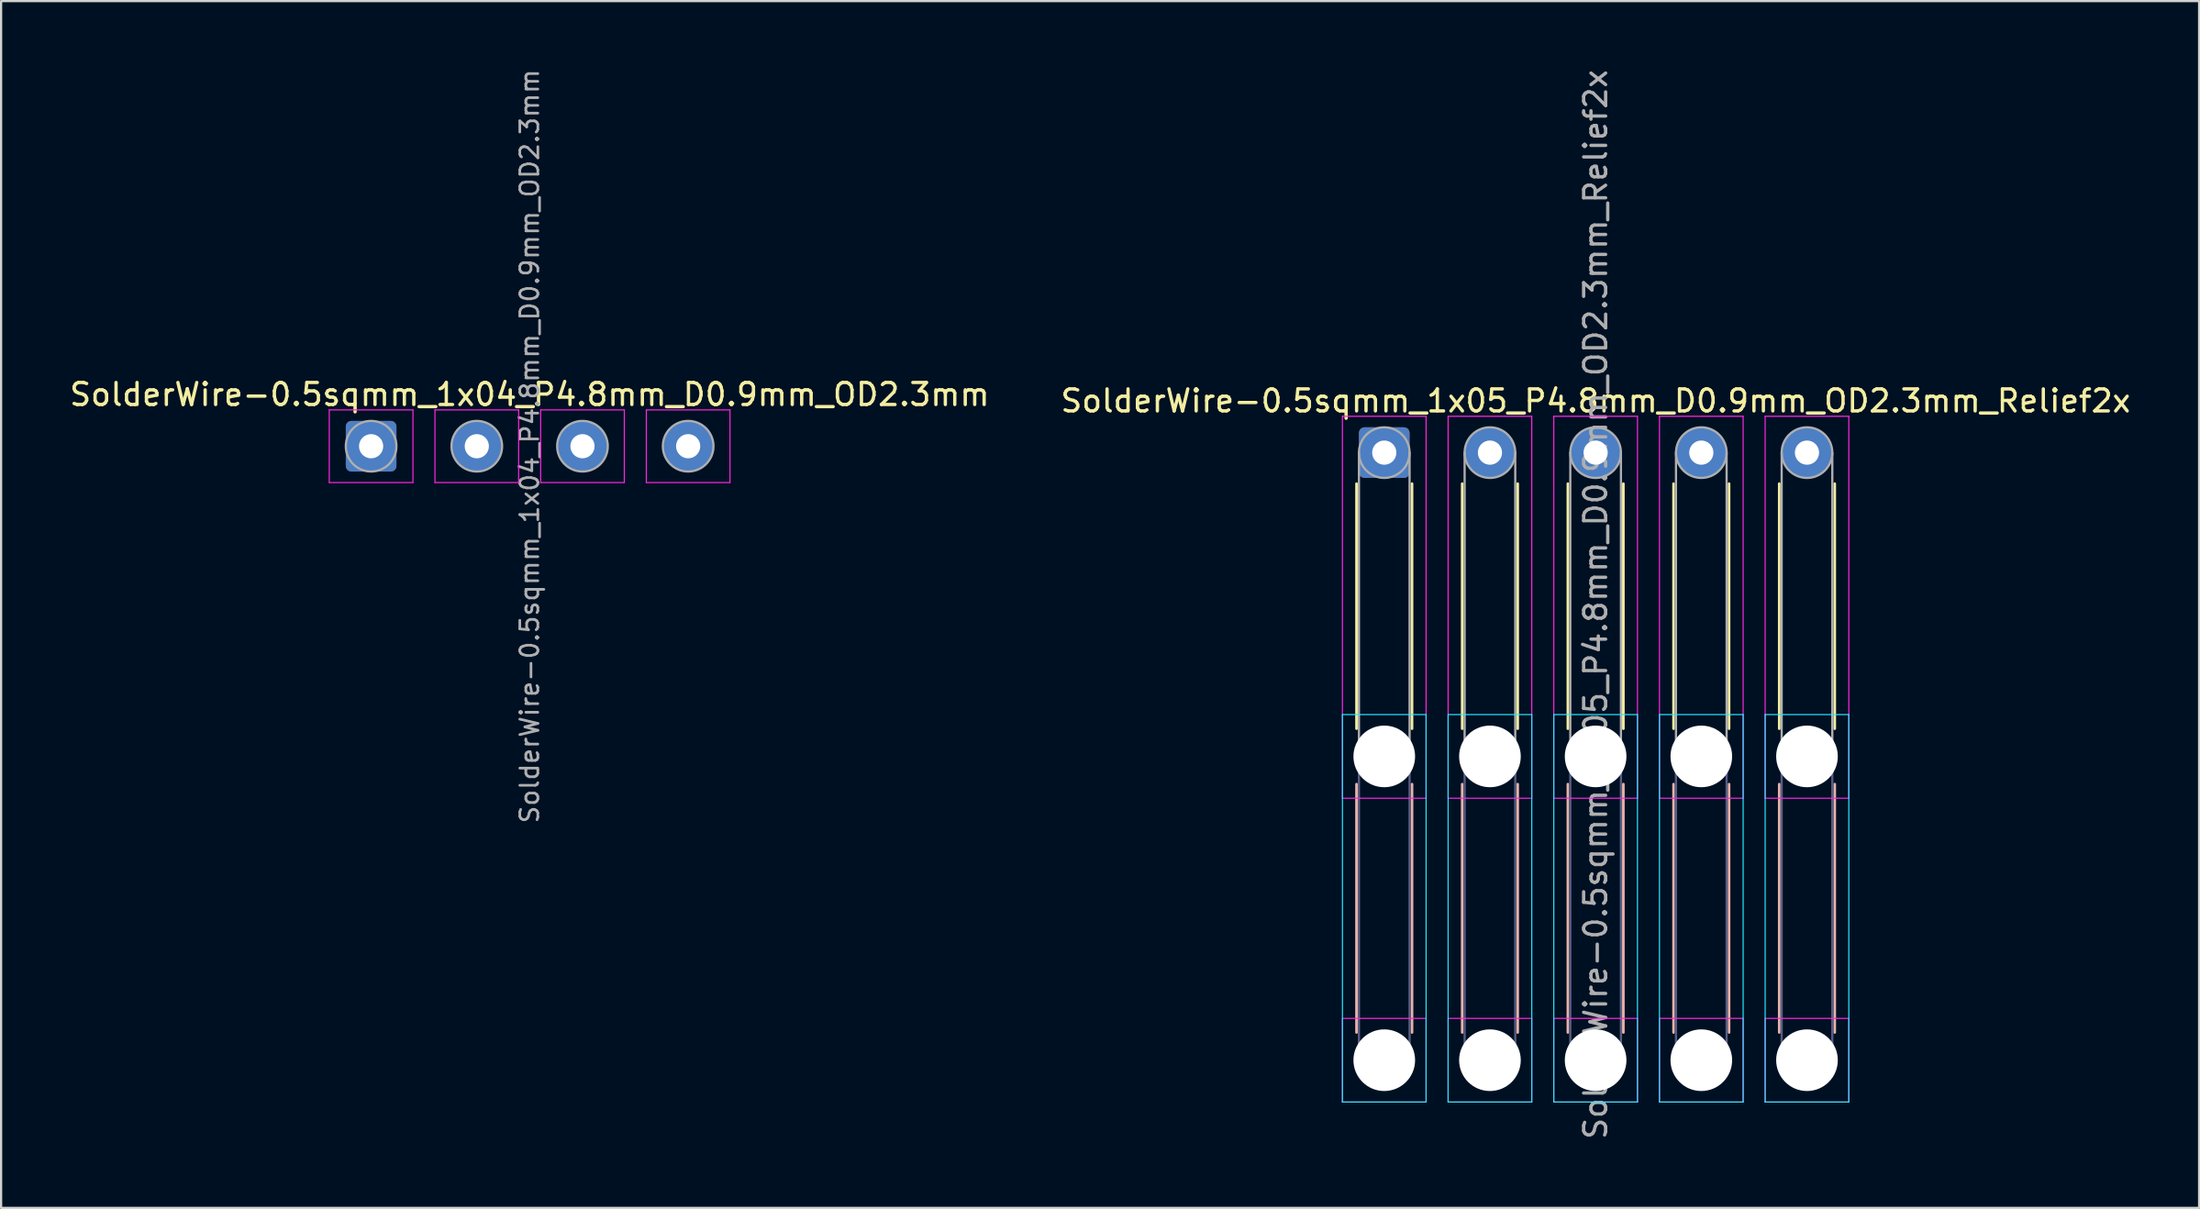
<source format=kicad_pcb>
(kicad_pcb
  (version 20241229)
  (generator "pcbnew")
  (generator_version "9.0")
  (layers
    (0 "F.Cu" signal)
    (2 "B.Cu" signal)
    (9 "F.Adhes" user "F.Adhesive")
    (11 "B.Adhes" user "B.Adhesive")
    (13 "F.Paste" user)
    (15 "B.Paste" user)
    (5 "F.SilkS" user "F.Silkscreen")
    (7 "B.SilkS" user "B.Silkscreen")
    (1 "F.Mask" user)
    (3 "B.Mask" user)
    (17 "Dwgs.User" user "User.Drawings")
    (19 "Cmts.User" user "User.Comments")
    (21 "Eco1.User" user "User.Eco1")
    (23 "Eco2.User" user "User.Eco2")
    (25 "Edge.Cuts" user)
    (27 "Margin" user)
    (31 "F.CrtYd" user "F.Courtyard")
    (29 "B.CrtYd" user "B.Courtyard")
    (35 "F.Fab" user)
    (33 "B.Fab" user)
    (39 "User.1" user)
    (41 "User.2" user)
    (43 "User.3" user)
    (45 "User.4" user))
  (footprint "SolderWire-0.5sqmm_1x04_P4.8mm_D0.9mm_OD2.3mm"
    (layer "F.Cu")
    (at 13.806 17.22)
    (property "Reference" "SolderWire-0.5sqmm_1x04_P4.8mm_D0.9mm_OD2.3mm" (at 7.2 -2.35 0) (layer "F.SilkS") (effects (font (size 1 1) (thickness 0.15))))
    (attr exclude_from_pos_files exclude_from_bom)
    (fp_line (start -1.9 -1.65) (end -1.9 1.65) (stroke (width 0.05) (type solid)) (layer "F.CrtYd"))
    (fp_line (start -1.9 1.65) (end 1.9 1.65) (stroke (width 0.05) (type solid)) (layer "F.CrtYd"))
    (fp_line (start 1.9 -1.65) (end -1.9 -1.65) (stroke (width 0.05) (type solid)) (layer "F.CrtYd"))
    (fp_line (start 1.9 1.65) (end 1.9 -1.65) (stroke (width 0.05) (type solid)) (layer "F.CrtYd"))
    (fp_line (start 2.9 -1.65) (end 2.9 1.65) (stroke (width 0.05) (type solid)) (layer "F.CrtYd"))
    (fp_line (start 2.9 1.65) (end 6.7 1.65) (stroke (width 0.05) (type solid)) (layer "F.CrtYd"))
    (fp_line (start 6.7 -1.65) (end 2.9 -1.65) (stroke (width 0.05) (type solid)) (layer "F.CrtYd"))
    (fp_line (start 6.7 1.65) (end 6.7 -1.65) (stroke (width 0.05) (type solid)) (layer "F.CrtYd"))
    (fp_line (start 7.7 -1.65) (end 7.7 1.65) (stroke (width 0.05) (type solid)) (layer "F.CrtYd"))
    (fp_line (start 7.7 1.65) (end 11.5 1.65) (stroke (width 0.05) (type solid)) (layer "F.CrtYd"))
    (fp_line (start 11.5 -1.65) (end 7.7 -1.65) (stroke (width 0.05) (type solid)) (layer "F.CrtYd"))
    (fp_line (start 11.5 1.65) (end 11.5 -1.65) (stroke (width 0.05) (type solid)) (layer "F.CrtYd"))
    (fp_line (start 12.5 -1.65) (end 12.5 1.65) (stroke (width 0.05) (type solid)) (layer "F.CrtYd"))
    (fp_line (start 12.5 1.65) (end 16.3 1.65) (stroke (width 0.05) (type solid)) (layer "F.CrtYd"))
    (fp_line (start 16.3 -1.65) (end 12.5 -1.65) (stroke (width 0.05) (type solid)) (layer "F.CrtYd"))
    (fp_line (start 16.3 1.65) (end 16.3 -1.65) (stroke (width 0.05) (type solid)) (layer "F.CrtYd"))
    (fp_circle (center 0 0) (end 1.15 0) (stroke (width 0.1) (type solid)) (fill no) (layer "F.Fab"))
    (fp_circle (center 4.8 0) (end 5.95 0) (stroke (width 0.1) (type solid)) (fill no) (layer "F.Fab"))
    (fp_circle (center 9.6 0) (end 10.75 0) (stroke (width 0.1) (type solid)) (fill no) (layer "F.Fab"))
    (fp_circle (center 14.4 0) (end 15.55 0) (stroke (width 0.1) (type solid)) (fill no) (layer "F.Fab"))
    (fp_text user "${REFERENCE}" (at 7.2 0 90) (layer "F.Fab") (effects (font (size 0.82 0.82) (thickness 0.12))))
    (pad "1" thru_hole roundrect (at 0 0) (size 2.3 2.3) (drill 1.1) (layers "*.Cu" "*.Mask") (roundrect_rratio 0.109))
    (pad "2" thru_hole circle (at 4.8 0) (size 2.3 2.3) (drill 1.1) (layers "*.Cu" "*.Mask"))
    (pad "3" thru_hole circle (at 9.6 0) (size 2.3 2.3) (drill 1.1) (layers "*.Cu" "*.Mask"))
    (pad "4" thru_hole circle (at 14.4 0) (size 2.3 2.3) (drill 1.1) (layers "*.Cu" "*.Mask")))
  (footprint "SolderWire-0.5sqmm_1x05_P4.8mm_D0.9mm_OD2.3mm_Relief2x"
    (layer "F.Cu")
    (at 59.823 17.511)
    (property "Reference" "SolderWire-0.5sqmm_1x05_P4.8mm_D0.9mm_OD2.3mm_Relief2x" (at 9.6 -2.35 0) (layer "F.SilkS") (effects (font (size 1 1) (thickness 0.15))))
    (attr exclude_from_pos_files exclude_from_bom)
    (fp_line (start -1.26 1.41) (end -1.26 12.54) (stroke (width 0.12) (type solid)) (layer "F.SilkS"))
    (fp_line (start 1.26 1.41) (end 1.26 12.54) (stroke (width 0.12) (type solid)) (layer "F.SilkS"))
    (fp_line (start 3.54 1.41) (end 3.54 12.54) (stroke (width 0.12) (type solid)) (layer "F.SilkS"))
    (fp_line (start 6.06 1.41) (end 6.06 12.54) (stroke (width 0.12) (type solid)) (layer "F.SilkS"))
    (fp_line (start 8.34 1.41) (end 8.34 12.54) (stroke (width 0.12) (type solid)) (layer "F.SilkS"))
    (fp_line (start 10.86 1.41) (end 10.86 12.54) (stroke (width 0.12) (type solid)) (layer "F.SilkS"))
    (fp_line (start 13.14 1.41) (end 13.14 12.54) (stroke (width 0.12) (type solid)) (layer "F.SilkS"))
    (fp_line (start 15.66 1.41) (end 15.66 12.54) (stroke (width 0.12) (type solid)) (layer "F.SilkS"))
    (fp_line (start 17.94 1.41) (end 17.94 12.54) (stroke (width 0.12) (type solid)) (layer "F.SilkS"))
    (fp_line (start 20.46 1.41) (end 20.46 12.54) (stroke (width 0.12) (type solid)) (layer "F.SilkS"))
    (fp_line (start -1.26 15.06) (end -1.26 26.34) (stroke (width 0.12) (type solid)) (layer "B.SilkS"))
    (fp_line (start 1.26 15.06) (end 1.26 26.34) (stroke (width 0.12) (type solid)) (layer "B.SilkS"))
    (fp_line (start 3.54 15.06) (end 3.54 26.34) (stroke (width 0.12) (type solid)) (layer "B.SilkS"))
    (fp_line (start 6.06 15.06) (end 6.06 26.34) (stroke (width 0.12) (type solid)) (layer "B.SilkS"))
    (fp_line (start 8.34 15.06) (end 8.34 26.34) (stroke (width 0.12) (type solid)) (layer "B.SilkS"))
    (fp_line (start 10.86 15.06) (end 10.86 26.34) (stroke (width 0.12) (type solid)) (layer "B.SilkS"))
    (fp_line (start 13.14 15.06) (end 13.14 26.34) (stroke (width 0.12) (type solid)) (layer "B.SilkS"))
    (fp_line (start 15.66 15.06) (end 15.66 26.34) (stroke (width 0.12) (type solid)) (layer "B.SilkS"))
    (fp_line (start 17.94 15.06) (end 17.94 26.34) (stroke (width 0.12) (type solid)) (layer "B.SilkS"))
    (fp_line (start 20.46 15.06) (end 20.46 26.34) (stroke (width 0.12) (type solid)) (layer "B.SilkS"))
    (fp_line (start -1.9 11.9) (end -1.9 29.5) (stroke (width 0.05) (type solid)) (layer "B.CrtYd"))
    (fp_line (start -1.9 29.5) (end 1.9 29.5) (stroke (width 0.05) (type solid)) (layer "B.CrtYd"))
    (fp_line (start 1.9 11.9) (end -1.9 11.9) (stroke (width 0.05) (type solid)) (layer "B.CrtYd"))
    (fp_line (start 1.9 29.5) (end 1.9 11.9) (stroke (width 0.05) (type solid)) (layer "B.CrtYd"))
    (fp_line (start 2.9 11.9) (end 2.9 29.5) (stroke (width 0.05) (type solid)) (layer "B.CrtYd"))
    (fp_line (start 2.9 29.5) (end 6.7 29.5) (stroke (width 0.05) (type solid)) (layer "B.CrtYd"))
    (fp_line (start 6.7 11.9) (end 2.9 11.9) (stroke (width 0.05) (type solid)) (layer "B.CrtYd"))
    (fp_line (start 6.7 29.5) (end 6.7 11.9) (stroke (width 0.05) (type solid)) (layer "B.CrtYd"))
    (fp_line (start 7.7 11.9) (end 7.7 29.5) (stroke (width 0.05) (type solid)) (layer "B.CrtYd"))
    (fp_line (start 7.7 29.5) (end 11.5 29.5) (stroke (width 0.05) (type solid)) (layer "B.CrtYd"))
    (fp_line (start 11.5 11.9) (end 7.7 11.9) (stroke (width 0.05) (type solid)) (layer "B.CrtYd"))
    (fp_line (start 11.5 29.5) (end 11.5 11.9) (stroke (width 0.05) (type solid)) (layer "B.CrtYd"))
    (fp_line (start 12.5 11.9) (end 12.5 29.5) (stroke (width 0.05) (type solid)) (layer "B.CrtYd"))
    (fp_line (start 12.5 29.5) (end 16.3 29.5) (stroke (width 0.05) (type solid)) (layer "B.CrtYd"))
    (fp_line (start 16.3 11.9) (end 12.5 11.9) (stroke (width 0.05) (type solid)) (layer "B.CrtYd"))
    (fp_line (start 16.3 29.5) (end 16.3 11.9) (stroke (width 0.05) (type solid)) (layer "B.CrtYd"))
    (fp_line (start 17.3 11.9) (end 17.3 29.5) (stroke (width 0.05) (type solid)) (layer "B.CrtYd"))
    (fp_line (start 17.3 29.5) (end 21.1 29.5) (stroke (width 0.05) (type solid)) (layer "B.CrtYd"))
    (fp_line (start 21.1 11.9) (end 17.3 11.9) (stroke (width 0.05) (type solid)) (layer "B.CrtYd"))
    (fp_line (start 21.1 29.5) (end 21.1 11.9) (stroke (width 0.05) (type solid)) (layer "B.CrtYd"))
    (fp_line (start -1.9 -1.65) (end -1.9 15.7) (stroke (width 0.05) (type solid)) (layer "F.CrtYd"))
    (fp_line (start -1.9 15.7) (end 1.9 15.7) (stroke (width 0.05) (type solid)) (layer "F.CrtYd"))
    (fp_line (start -1.9 25.7) (end -1.9 29.5) (stroke (width 0.05) (type solid)) (layer "F.CrtYd"))
    (fp_line (start -1.9 29.5) (end 1.9 29.5) (stroke (width 0.05) (type solid)) (layer "F.CrtYd"))
    (fp_line (start 1.9 -1.65) (end -1.9 -1.65) (stroke (width 0.05) (type solid)) (layer "F.CrtYd"))
    (fp_line (start 1.9 15.7) (end 1.9 -1.65) (stroke (width 0.05) (type solid)) (layer "F.CrtYd"))
    (fp_line (start 1.9 25.7) (end -1.9 25.7) (stroke (width 0.05) (type solid)) (layer "F.CrtYd"))
    (fp_line (start 1.9 29.5) (end 1.9 25.7) (stroke (width 0.05) (type solid)) (layer "F.CrtYd"))
    (fp_line (start 2.9 -1.65) (end 2.9 15.7) (stroke (width 0.05) (type solid)) (layer "F.CrtYd"))
    (fp_line (start 2.9 15.7) (end 6.7 15.7) (stroke (width 0.05) (type solid)) (layer "F.CrtYd"))
    (fp_line (start 2.9 25.7) (end 2.9 29.5) (stroke (width 0.05) (type solid)) (layer "F.CrtYd"))
    (fp_line (start 2.9 29.5) (end 6.7 29.5) (stroke (width 0.05) (type solid)) (layer "F.CrtYd"))
    (fp_line (start 6.7 -1.65) (end 2.9 -1.65) (stroke (width 0.05) (type solid)) (layer "F.CrtYd"))
    (fp_line (start 6.7 15.7) (end 6.7 -1.65) (stroke (width 0.05) (type solid)) (layer "F.CrtYd"))
    (fp_line (start 6.7 25.7) (end 2.9 25.7) (stroke (width 0.05) (type solid)) (layer "F.CrtYd"))
    (fp_line (start 6.7 29.5) (end 6.7 25.7) (stroke (width 0.05) (type solid)) (layer "F.CrtYd"))
    (fp_line (start 7.7 -1.65) (end 7.7 15.7) (stroke (width 0.05) (type solid)) (layer "F.CrtYd"))
    (fp_line (start 7.7 15.7) (end 11.5 15.7) (stroke (width 0.05) (type solid)) (layer "F.CrtYd"))
    (fp_line (start 7.7 25.7) (end 7.7 29.5) (stroke (width 0.05) (type solid)) (layer "F.CrtYd"))
    (fp_line (start 7.7 29.5) (end 11.5 29.5) (stroke (width 0.05) (type solid)) (layer "F.CrtYd"))
    (fp_line (start 11.5 -1.65) (end 7.7 -1.65) (stroke (width 0.05) (type solid)) (layer "F.CrtYd"))
    (fp_line (start 11.5 15.7) (end 11.5 -1.65) (stroke (width 0.05) (type solid)) (layer "F.CrtYd"))
    (fp_line (start 11.5 25.7) (end 7.7 25.7) (stroke (width 0.05) (type solid)) (layer "F.CrtYd"))
    (fp_line (start 11.5 29.5) (end 11.5 25.7) (stroke (width 0.05) (type solid)) (layer "F.CrtYd"))
    (fp_line (start 12.5 -1.65) (end 12.5 15.7) (stroke (width 0.05) (type solid)) (layer "F.CrtYd"))
    (fp_line (start 12.5 15.7) (end 16.3 15.7) (stroke (width 0.05) (type solid)) (layer "F.CrtYd"))
    (fp_line (start 12.5 25.7) (end 12.5 29.5) (stroke (width 0.05) (type solid)) (layer "F.CrtYd"))
    (fp_line (start 12.5 29.5) (end 16.3 29.5) (stroke (width 0.05) (type solid)) (layer "F.CrtYd"))
    (fp_line (start 16.3 -1.65) (end 12.5 -1.65) (stroke (width 0.05) (type solid)) (layer "F.CrtYd"))
    (fp_line (start 16.3 15.7) (end 16.3 -1.65) (stroke (width 0.05) (type solid)) (layer "F.CrtYd"))
    (fp_line (start 16.3 25.7) (end 12.5 25.7) (stroke (width 0.05) (type solid)) (layer "F.CrtYd"))
    (fp_line (start 16.3 29.5) (end 16.3 25.7) (stroke (width 0.05) (type solid)) (layer "F.CrtYd"))
    (fp_line (start 17.3 -1.65) (end 17.3 15.7) (stroke (width 0.05) (type solid)) (layer "F.CrtYd"))
    (fp_line (start 17.3 15.7) (end 21.1 15.7) (stroke (width 0.05) (type solid)) (layer "F.CrtYd"))
    (fp_line (start 17.3 25.7) (end 17.3 29.5) (stroke (width 0.05) (type solid)) (layer "F.CrtYd"))
    (fp_line (start 17.3 29.5) (end 21.1 29.5) (stroke (width 0.05) (type solid)) (layer "F.CrtYd"))
    (fp_line (start 21.1 -1.65) (end 17.3 -1.65) (stroke (width 0.05) (type solid)) (layer "F.CrtYd"))
    (fp_line (start 21.1 15.7) (end 21.1 -1.65) (stroke (width 0.05) (type solid)) (layer "F.CrtYd"))
    (fp_line (start 21.1 25.7) (end 17.3 25.7) (stroke (width 0.05) (type solid)) (layer "F.CrtYd"))
    (fp_line (start 21.1 29.5) (end 21.1 25.7) (stroke (width 0.05) (type solid)) (layer "F.CrtYd"))
    (fp_line (start -1.15 13.8) (end -1.15 27.6) (stroke (width 0.1) (type solid)) (layer "B.Fab"))
    (fp_line (start 1.15 13.8) (end 1.15 27.6) (stroke (width 0.1) (type solid)) (layer "B.Fab"))
    (fp_line (start 3.65 13.8) (end 3.65 27.6) (stroke (width 0.1) (type solid)) (layer "B.Fab"))
    (fp_line (start 5.95 13.8) (end 5.95 27.6) (stroke (width 0.1) (type solid)) (layer "B.Fab"))
    (fp_line (start 8.45 13.8) (end 8.45 27.6) (stroke (width 0.1) (type solid)) (layer "B.Fab"))
    (fp_line (start 10.75 13.8) (end 10.75 27.6) (stroke (width 0.1) (type solid)) (layer "B.Fab"))
    (fp_line (start 13.25 13.8) (end 13.25 27.6) (stroke (width 0.1) (type solid)) (layer "B.Fab"))
    (fp_line (start 15.55 13.8) (end 15.55 27.6) (stroke (width 0.1) (type solid)) (layer "B.Fab"))
    (fp_line (start 18.05 13.8) (end 18.05 27.6) (stroke (width 0.1) (type solid)) (layer "B.Fab"))
    (fp_line (start 20.35 13.8) (end 20.35 27.6) (stroke (width 0.1) (type solid)) (layer "B.Fab"))
    (fp_circle (center 0 13.8) (end 1.15 13.8) (stroke (width 0.1) (type solid)) (fill no) (layer "B.Fab"))
    (fp_circle (center 0 27.6) (end 1.15 27.6) (stroke (width 0.1) (type solid)) (fill no) (layer "B.Fab"))
    (fp_circle (center 4.8 13.8) (end 5.95 13.8) (stroke (width 0.1) (type solid)) (fill no) (layer "B.Fab"))
    (fp_circle (center 4.8 27.6) (end 5.95 27.6) (stroke (width 0.1) (type solid)) (fill no) (layer "B.Fab"))
    (fp_circle (center 9.6 13.8) (end 10.75 13.8) (stroke (width 0.1) (type solid)) (fill no) (layer "B.Fab"))
    (fp_circle (center 9.6 27.6) (end 10.75 27.6) (stroke (width 0.1) (type solid)) (fill no) (layer "B.Fab"))
    (fp_circle (center 14.4 13.8) (end 15.55 13.8) (stroke (width 0.1) (type solid)) (fill no) (layer "B.Fab"))
    (fp_circle (center 14.4 27.6) (end 15.55 27.6) (stroke (width 0.1) (type solid)) (fill no) (layer "B.Fab"))
    (fp_circle (center 19.2 13.8) (end 20.35 13.8) (stroke (width 0.1) (type solid)) (fill no) (layer "B.Fab"))
    (fp_circle (center 19.2 27.6) (end 20.35 27.6) (stroke (width 0.1) (type solid)) (fill no) (layer "B.Fab"))
    (fp_line (start -1.15 0) (end -1.15 13.8) (stroke (width 0.1) (type solid)) (layer "F.Fab"))
    (fp_line (start 1.15 0) (end 1.15 13.8) (stroke (width 0.1) (type solid)) (layer "F.Fab"))
    (fp_line (start 3.65 0) (end 3.65 13.8) (stroke (width 0.1) (type solid)) (layer "F.Fab"))
    (fp_line (start 5.95 0) (end 5.95 13.8) (stroke (width 0.1) (type solid)) (layer "F.Fab"))
    (fp_line (start 8.45 0) (end 8.45 13.8) (stroke (width 0.1) (type solid)) (layer "F.Fab"))
    (fp_line (start 10.75 0) (end 10.75 13.8) (stroke (width 0.1) (type solid)) (layer "F.Fab"))
    (fp_line (start 13.25 0) (end 13.25 13.8) (stroke (width 0.1) (type solid)) (layer "F.Fab"))
    (fp_line (start 15.55 0) (end 15.55 13.8) (stroke (width 0.1) (type solid)) (layer "F.Fab"))
    (fp_line (start 18.05 0) (end 18.05 13.8) (stroke (width 0.1) (type solid)) (layer "F.Fab"))
    (fp_line (start 20.35 0) (end 20.35 13.8) (stroke (width 0.1) (type solid)) (layer "F.Fab"))
    (fp_circle (center 0 0) (end 1.15 0) (stroke (width 0.1) (type solid)) (fill no) (layer "F.Fab"))
    (fp_circle (center 0 13.8) (end 1.15 13.8) (stroke (width 0.1) (type solid)) (fill no) (layer "F.Fab"))
    (fp_circle (center 0 27.6) (end 1.15 27.6) (stroke (width 0.1) (type solid)) (fill no) (layer "F.Fab"))
    (fp_circle (center 4.8 0) (end 5.95 0) (stroke (width 0.1) (type solid)) (fill no) (layer "F.Fab"))
    (fp_circle (center 4.8 13.8) (end 5.95 13.8) (stroke (width 0.1) (type solid)) (fill no) (layer "F.Fab"))
    (fp_circle (center 4.8 27.6) (end 5.95 27.6) (stroke (width 0.1) (type solid)) (fill no) (layer "F.Fab"))
    (fp_circle (center 9.6 0) (end 10.75 0) (stroke (width 0.1) (type solid)) (fill no) (layer "F.Fab"))
    (fp_circle (center 9.6 13.8) (end 10.75 13.8) (stroke (width 0.1) (type solid)) (fill no) (layer "F.Fab"))
    (fp_circle (center 9.6 27.6) (end 10.75 27.6) (stroke (width 0.1) (type solid)) (fill no) (layer "F.Fab"))
    (fp_circle (center 14.4 0) (end 15.55 0) (stroke (width 0.1) (type solid)) (fill no) (layer "F.Fab"))
    (fp_circle (center 14.4 13.8) (end 15.55 13.8) (stroke (width 0.1) (type solid)) (fill no) (layer "F.Fab"))
    (fp_circle (center 14.4 27.6) (end 15.55 27.6) (stroke (width 0.1) (type solid)) (fill no) (layer "F.Fab"))
    (fp_circle (center 19.2 0) (end 20.35 0) (stroke (width 0.1) (type solid)) (fill no) (layer "F.Fab"))
    (fp_circle (center 19.2 13.8) (end 20.35 13.8) (stroke (width 0.1) (type solid)) (fill no) (layer "F.Fab"))
    (fp_circle (center 19.2 27.6) (end 20.35 27.6) (stroke (width 0.1) (type solid)) (fill no) (layer "F.Fab"))
    (fp_text user "${REFERENCE}" (at 9.6 6.9 90) (layer "F.Fab") (effects (font (size 1 1) (thickness 0.15))))
    (pad "" np_thru_hole circle (at 0 13.8) (size 2.8 2.8) (drill 2.8) (layers "*.Cu" "*.Mask"))
    (pad "" np_thru_hole circle (at 0 27.6) (size 2.8 2.8) (drill 2.8) (layers "*.Cu" "*.Mask"))
    (pad "" np_thru_hole circle (at 4.8 13.8) (size 2.8 2.8) (drill 2.8) (layers "*.Cu" "*.Mask"))
    (pad "" np_thru_hole circle (at 4.8 27.6) (size 2.8 2.8) (drill 2.8) (layers "*.Cu" "*.Mask"))
    (pad "" np_thru_hole circle (at 9.6 13.8) (size 2.8 2.8) (drill 2.8) (layers "*.Cu" "*.Mask"))
    (pad "" np_thru_hole circle (at 9.6 27.6) (size 2.8 2.8) (drill 2.8) (layers "*.Cu" "*.Mask"))
    (pad "" np_thru_hole circle (at 14.4 13.8) (size 2.8 2.8) (drill 2.8) (layers "*.Cu" "*.Mask"))
    (pad "" np_thru_hole circle (at 14.4 27.6) (size 2.8 2.8) (drill 2.8) (layers "*.Cu" "*.Mask"))
    (pad "" np_thru_hole circle (at 19.2 13.8) (size 2.8 2.8) (drill 2.8) (layers "*.Cu" "*.Mask"))
    (pad "" np_thru_hole circle (at 19.2 27.6) (size 2.8 2.8) (drill 2.8) (layers "*.Cu" "*.Mask"))
    (pad "1" thru_hole roundrect (at 0 0) (size 2.3 2.3) (drill 1.1) (layers "*.Cu" "*.Mask") (roundrect_rratio 0.109))
    (pad "2" thru_hole circle (at 4.8 0) (size 2.3 2.3) (drill 1.1) (layers "*.Cu" "*.Mask"))
    (pad "3" thru_hole circle (at 9.6 0) (size 2.3 2.3) (drill 1.1) (layers "*.Cu" "*.Mask"))
    (pad "4" thru_hole circle (at 14.4 0) (size 2.3 2.3) (drill 1.1) (layers "*.Cu" "*.Mask"))
    (pad "5" thru_hole circle (at 19.2 0) (size 2.3 2.3) (drill 1.1) (layers "*.Cu" "*.Mask")))
  (gr_rect
    (start -3 -3)
    (end 96.833 51.821)
    (stroke (width 0.1) (type default))
    (fill no)
    (layer "Edge.Cuts")))
</source>
